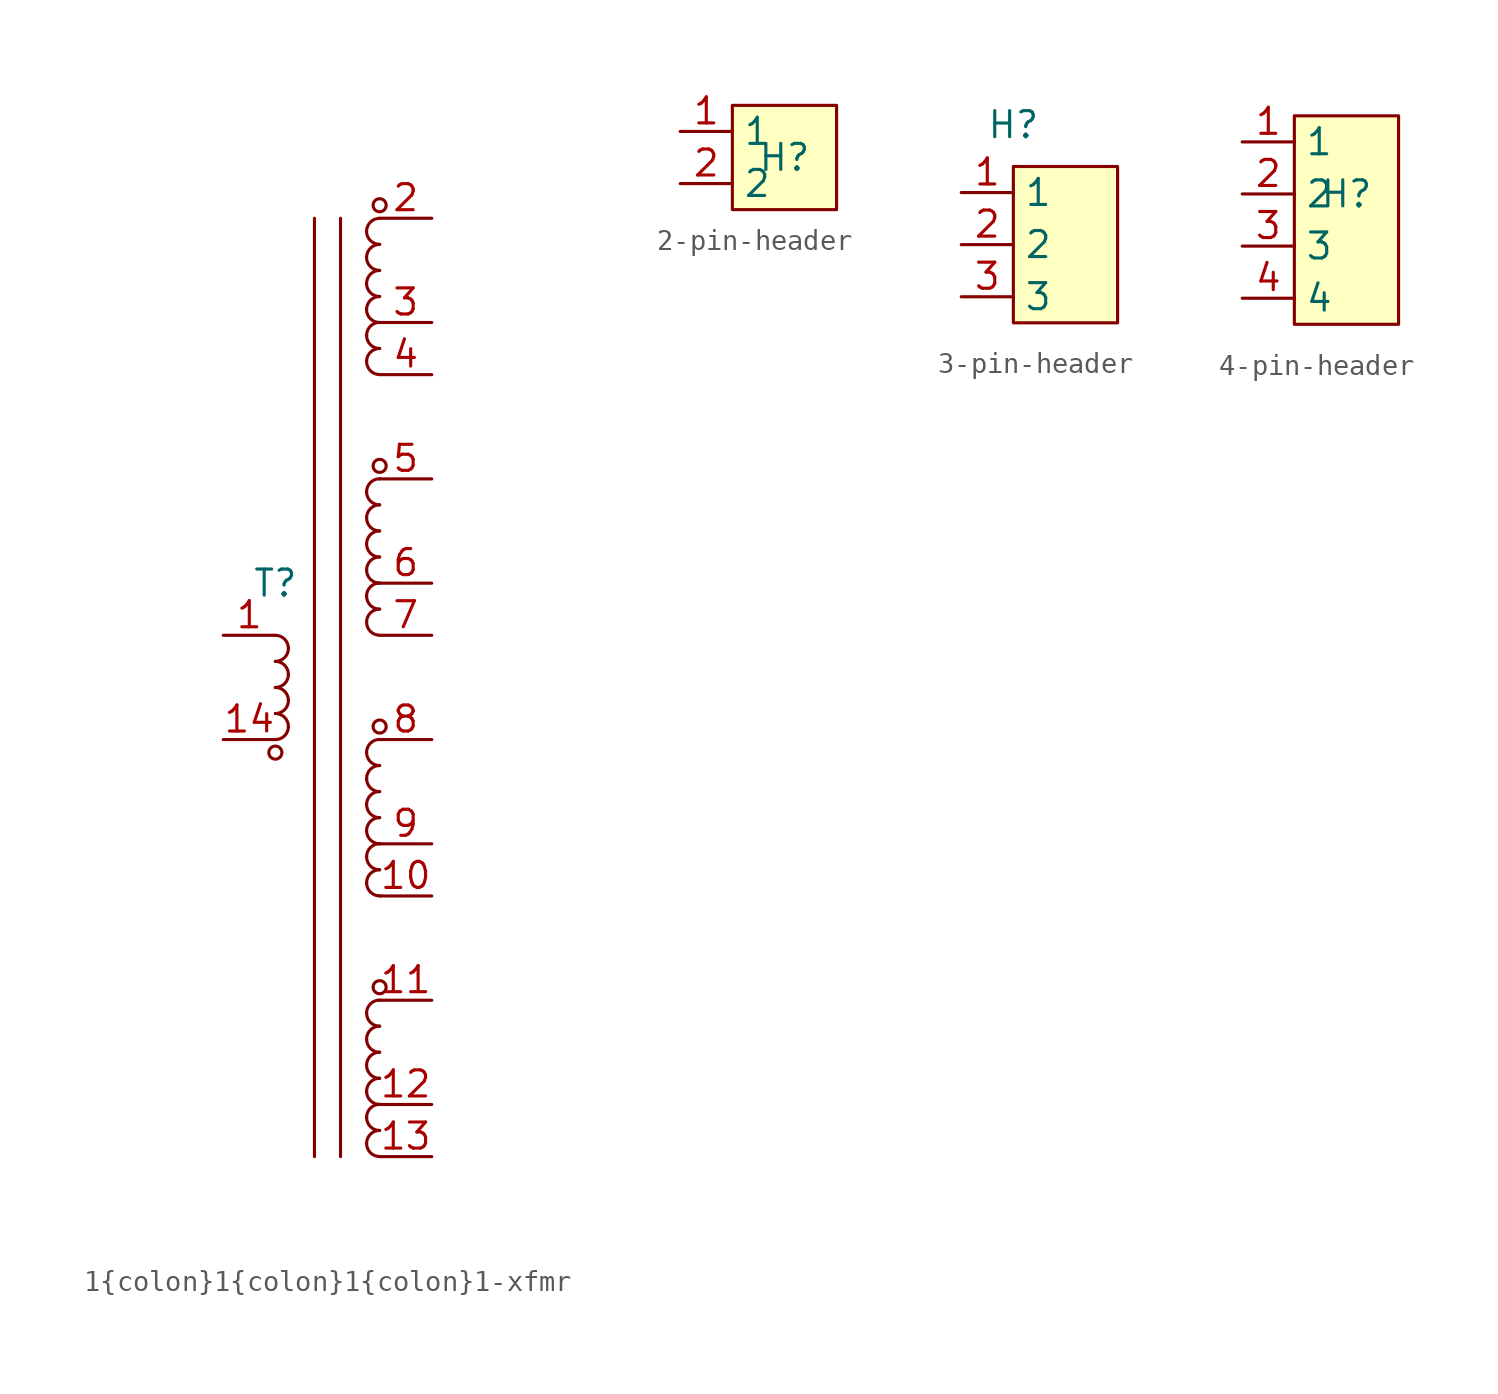
<source format=kicad_sym>
(kicad_symbol_lib
  (version 20241209)
  (generator "kicad_symbol_editor")
  (generator_version "9.0")
  (symbol "1{colon}1{colon}1{colon}1-xfmr"
    (property "Reference" "T"
      (at -2.54 5.08 0)
      (effects (font (size 1.27 1.27))))
    (property "Value" ""
      (at -3.81 5.08 0)
      (effects (font (size 1.27 1.27))))
    (symbol "1{colon}1{colon}1{colon}1-xfmr_0_1"
      (arc (start -2.54 2.54) (mid -2.091 2.354) (end -1.905 1.905) (stroke (width 0) (type default)) (fill (type none)))
      (arc (start -2.54 1.27) (mid -2.091 1.084) (end -1.905 0.635) (stroke (width 0) (type default)) (fill (type none)))
      (arc (start -2.54 0) (mid -2.091 -0.186) (end -1.905 -0.635) (stroke (width 0) (type default)) (fill (type none)))
      (arc (start -2.54 -1.27) (mid -2.091 -1.456) (end -1.905 -1.905) (stroke (width 0) (type default)) (fill (type none)))
      (circle (center -2.54 -3.175) (radius 0.318) (stroke (width 0) (type default)) (fill (type none)))
      (arc (start -1.905 1.905) (mid -2.09 1.455) (end -2.54 1.27) (stroke (width 0) (type default)) (fill (type none)))
      (arc (start -1.905 0.635) (mid -2.09 0.185) (end -2.54 0) (stroke (width 0) (type default)) (fill (type none)))
      (arc (start -1.905 -0.635) (mid -2.09 -1.085) (end -2.54 -1.27) (stroke (width 0) (type default)) (fill (type none)))
      (arc (start -1.905 -1.905) (mid -2.09 -2.355) (end -2.54 -2.54) (stroke (width 0) (type default)) (fill (type none)))
      (polyline (pts (xy -0.635 22.86) (xy -0.635 -22.86)) (stroke (width 0) (type default)) (fill (type none)))
      (polyline (pts (xy 0.635 -22.86) (xy 0.635 22.86)) (stroke (width 0) (type default)) (fill (type none)))
      (arc (start 1.905 17.15) (mid 2.0898 17.6002) (end 2.54 17.785) (stroke (width 0) (type default)) (fill (type none)))
      (arc (start 1.905 15.88) (mid 2.0898 16.3302) (end 2.54 16.515) (stroke (width 0) (type default)) (fill (type none)))
      (arc (start 1.905 9.53) (mid 2.0898 9.9802) (end 2.54 10.165) (stroke (width 0) (type default)) (fill (type none)))
      (arc (start 1.905 8.26) (mid 2.0898 8.7102) (end 2.54 8.895) (stroke (width 0) (type default)) (fill (type none)))
      (arc (start 1.905 6.99) (mid 2.0898 7.4402) (end 2.54 7.625) (stroke (width 0) (type default)) (fill (type none)))
      (arc (start 1.905 5.72) (mid 2.0898 6.1702) (end 2.54 6.355) (stroke (width 0) (type default)) (fill (type none)))
      (arc (start 1.905 4.45) (mid 2.0898 4.9002) (end 2.54 5.085) (stroke (width 0) (type default)) (fill (type none)))
      (arc (start 1.905 3.18) (mid 2.0898 3.6302) (end 2.54 3.815) (stroke (width 0) (type default)) (fill (type none)))
      (arc (start 1.905 -3.17) (mid 2.0898 -2.7198) (end 2.54 -2.535) (stroke (width 0) (type default)) (fill (type none)))
      (arc (start 1.905 -4.44) (mid 2.0898 -3.9898) (end 2.54 -3.805) (stroke (width 0) (type default)) (fill (type none)))
      (arc (start 1.905 -5.71) (mid 2.0898 -5.2598) (end 2.54 -5.075) (stroke (width 0) (type default)) (fill (type none)))
      (arc (start 1.905 -6.98) (mid 2.0898 -6.5298) (end 2.54 -6.345) (stroke (width 0) (type default)) (fill (type none)))
      (arc (start 1.905 -8.25) (mid 2.0898 -7.7998) (end 2.54 -7.615) (stroke (width 0) (type default)) (fill (type none)))
      (arc (start 1.905 -9.52) (mid 2.0898 -9.0698) (end 2.54 -8.885) (stroke (width 0) (type default)) (fill (type none)))
      (arc (start 1.905 -15.87) (mid 2.0898 -15.4198) (end 2.54 -15.235) (stroke (width 0) (type default)) (fill (type none)))
      (arc (start 1.905 -17.14) (mid 2.0898 -16.6898) (end 2.54 -16.505) (stroke (width 0) (type default)) (fill (type none)))
      (arc (start 1.905 -18.41) (mid 2.0898 -17.9598) (end 2.54 -17.775) (stroke (width 0) (type default)) (fill (type none)))
      (arc (start 1.905 -19.68) (mid 2.0898 -19.2298) (end 2.54 -19.045) (stroke (width 0) (type default)) (fill (type none)))
      (arc (start 1.905 -20.95) (mid 2.0898 -20.4998) (end 2.54 -20.315) (stroke (width 0) (type default)) (fill (type none)))
      (arc (start 1.905 -22.22) (mid 2.0898 -21.7698) (end 2.54 -21.585) (stroke (width 0) (type default)) (fill (type none)))
      (circle (center 2.54 23.495) (radius 0.318) (stroke (width 0) (type default)) (fill (type none)))
      (arc (start 1.905 22.225) (mid 2.091 22.674) (end 2.54 22.86) (stroke (width 0) (type default)) (fill (type none)))
      (arc (start 2.54 21.59) (mid 2.091 21.776) (end 1.905 22.225) (stroke (width 0) (type default)) (fill (type none)))
      (arc (start 1.905 20.955) (mid 2.091 21.404) (end 2.54 21.59) (stroke (width 0) (type default)) (fill (type none)))
      (arc (start 2.54 20.32) (mid 2.091 20.506) (end 1.905 20.955) (stroke (width 0) (type default)) (fill (type none)))
      (arc (start 1.905 19.685) (mid 2.091 20.134) (end 2.54 20.32) (stroke (width 0) (type default)) (fill (type none)))
      (arc (start 2.54 19.05) (mid 2.091 19.236) (end 1.905 19.685) (stroke (width 0) (type default)) (fill (type none)))
      (arc (start 1.905 18.415) (mid 2.091 18.864) (end 2.54 19.05) (stroke (width 0) (type default)) (fill (type none)))
      (arc (start 2.54 17.78) (mid 2.091 17.966) (end 1.905 18.415) (stroke (width 0) (type default)) (fill (type none)))
      (arc (start 2.54 16.515) (mid 2.091 16.701) (end 1.905 17.15) (stroke (width 0) (type default)) (fill (type none)))
      (arc (start 2.54 15.245) (mid 2.091 15.431) (end 1.905 15.88) (stroke (width 0) (type default)) (fill (type none)))
      (circle (center 2.54 10.795) (radius 0.318) (stroke (width 0) (type default)) (fill (type none)))
      (arc (start 2.54 8.895) (mid 2.091 9.081) (end 1.905 9.53) (stroke (width 0) (type default)) (fill (type none)))
      (arc (start 2.54 7.625) (mid 2.091 7.811) (end 1.905 8.26) (stroke (width 0) (type default)) (fill (type none)))
      (arc (start 2.54 6.355) (mid 2.091 6.541) (end 1.905 6.99) (stroke (width 0) (type default)) (fill (type none)))
      (arc (start 2.54 5.085) (mid 2.091 5.271) (end 1.905 5.72) (stroke (width 0) (type default)) (fill (type none)))
      (arc (start 2.54 3.815) (mid 2.091 4.001) (end 1.905 4.45) (stroke (width 0) (type default)) (fill (type none)))
      (arc (start 2.54 2.545) (mid 2.091 2.731) (end 1.905 3.18) (stroke (width 0) (type default)) (fill (type none)))
      (circle (center 2.54 -1.905) (radius 0.318) (stroke (width 0) (type default)) (fill (type none)))
      (arc (start 2.54 -3.805) (mid 2.091 -3.619) (end 1.905 -3.17) (stroke (width 0) (type default)) (fill (type none)))
      (arc (start 2.54 -5.075) (mid 2.091 -4.889) (end 1.905 -4.44) (stroke (width 0) (type default)) (fill (type none)))
      (arc (start 2.54 -6.345) (mid 2.091 -6.159) (end 1.905 -5.71) (stroke (width 0) (type default)) (fill (type none)))
      (arc (start 2.54 -7.615) (mid 2.091 -7.429) (end 1.905 -6.98) (stroke (width 0) (type default)) (fill (type none)))
      (arc (start 2.54 -8.885) (mid 2.091 -8.699) (end 1.905 -8.25) (stroke (width 0) (type default)) (fill (type none)))
      (arc (start 2.54 -10.155) (mid 2.091 -9.969) (end 1.905 -9.52) (stroke (width 0) (type default)) (fill (type none)))
      (circle (center 2.54 -14.605) (radius 0.318) (stroke (width 0) (type default)) (fill (type none)))
      (arc (start 2.54 -16.505) (mid 2.091 -16.319) (end 1.905 -15.87) (stroke (width 0) (type default)) (fill (type none)))
      (arc (start 2.54 -17.775) (mid 2.091 -17.589) (end 1.905 -17.14) (stroke (width 0) (type default)) (fill (type none)))
      (arc (start 2.54 -19.045) (mid 2.091 -18.859) (end 1.905 -18.41) (stroke (width 0) (type default)) (fill (type none)))
      (arc (start 2.54 -20.315) (mid 2.091 -20.129) (end 1.905 -19.68) (stroke (width 0) (type default)) (fill (type none)))
      (arc (start 2.54 -21.585) (mid 2.091 -21.399) (end 1.905 -20.95) (stroke (width 0) (type default)) (fill (type none)))
      (arc (start 2.54 -22.855) (mid 2.091 -22.669) (end 1.905 -22.22) (stroke (width 0) (type default)) (fill (type none))))
    (symbol "1{colon}1{colon}1{colon}1-xfmr_1_1"
      (pin passive line (at -5.08 2.54 0) (length 2.54) (name "" (effects (font (size 1.27 1.27)))) (number "1" (effects (font (size 1.27 1.27)))))
      (pin passive line (at -5.08 -2.54 0) (length 2.54) (name "" (effects (font (size 1.27 1.27)))) (number "14" (effects (font (size 1.27 1.27)))))
      (pin passive line (at 5.08 22.86 180) (length 2.54) (name "" (effects (font (size 1.27 1.27)))) (number "2" (effects (font (size 1.27 1.27)))))
      (pin passive line (at 5.08 17.78 180) (length 2.54) (name "" (effects (font (size 1.27 1.27)))) (number "3" (effects (font (size 1.27 1.27)))))
      (pin passive line (at 5.08 15.24 180) (length 2.54) (name "" (effects (font (size 1.27 1.27)))) (number "4" (effects (font (size 1.27 1.27)))))
      (pin passive line (at 5.08 10.16 180) (length 2.54) (name "" (effects (font (size 1.27 1.27)))) (number "5" (effects (font (size 1.27 1.27)))))
      (pin passive line (at 5.08 5.08 180) (length 2.54) (name "" (effects (font (size 1.27 1.27)))) (number "6" (effects (font (size 1.27 1.27)))))
      (pin passive line (at 5.08 2.54 180) (length 2.54) (name "" (effects (font (size 1.27 1.27)))) (number "7" (effects (font (size 1.27 1.27)))))
      (pin passive line (at 5.08 -2.54 180) (length 2.54) (name "" (effects (font (size 1.27 1.27)))) (number "8" (effects (font (size 1.27 1.27)))))
      (pin passive line (at 5.08 -7.62 180) (length 2.54) (name "" (effects (font (size 1.27 1.27)))) (number "9" (effects (font (size 1.27 1.27)))))
      (pin passive line (at 5.08 -10.16 180) (length 2.54) (name "" (effects (font (size 1.27 1.27)))) (number "10" (effects (font (size 1.27 1.27)))))
      (pin passive line (at 5.08 -15.24 180) (length 2.54) (name "" (effects (font (size 1.27 1.27)))) (number "11" (effects (font (size 1.27 1.27)))))
      (pin passive line (at 5.08 -20.32 180) (length 2.54) (name "" (effects (font (size 1.27 1.27)))) (number "12" (effects (font (size 1.27 1.27)))))
      (pin passive line (at 5.08 -22.86 180) (length 2.54) (name "" (effects (font (size 1.27 1.27)))) (number "13" (effects (font (size 1.27 1.27)))))))
  (symbol "2-pin-header"
    (property "Reference" "H"
      (at 0 0 0)
      (effects (font (size 1.27 1.27))))
    (property "Value" ""
      (at 0 0 0)
      (effects (font (size 1.27 1.27))))
    (symbol "2-pin-header_1_1"
      (rectangle (start -2.54 2.54) (end 2.54 -2.54) (stroke (width 0) (type default)) (fill (type background)))
      (pin passive line (at -5.08 1.27 0) (length 2.54) (name "1" (effects (font (size 1.27 1.27)))) (number "1" (effects (font (size 1.27 1.27)))))
      (pin passive line (at -5.08 -1.27 0) (length 2.54) (name "2" (effects (font (size 1.27 1.27)))) (number "2" (effects (font (size 1.27 1.27)))))))
  (symbol "3-pin-header"
    (property "Reference" "H"
      (at 0 5.842 0)
      (effects (font (size 1.27 1.27))))
    (property "Value" ""
      (at 0 0 0)
      (effects (font (size 1.27 1.27))))
    (symbol "3-pin-header_1_1"
      (rectangle (start 0 3.81) (end 5.08 -3.81) (stroke (width 0) (type default)) (fill (type background)))
      (pin passive line (at -2.54 2.54 0) (length 2.54) (name "1" (effects (font (size 1.27 1.27)))) (number "1" (effects (font (size 1.27 1.27)))))
      (pin passive line (at -2.54 0 0) (length 2.54) (name "2" (effects (font (size 1.27 1.27)))) (number "2" (effects (font (size 1.27 1.27)))))
      (pin passive line (at -2.54 -2.54 0) (length 2.54) (name "3" (effects (font (size 1.27 1.27)))) (number "3" (effects (font (size 1.27 1.27)))))))
  (symbol "4-pin-header"
    (property "Reference" "H"
      (at 0 1.27 0)
      (effects (font (size 1.27 1.27))))
    (property "Value" ""
      (at 0 1.27 0)
      (effects (font (size 1.27 1.27))))
    (symbol "4-pin-header_1_1"
      (rectangle (start -2.54 5.08) (end 2.54 -5.08) (stroke (width 0) (type default)) (fill (type background)))
      (pin passive line (at -5.08 3.81 0) (length 2.54) (name "1" (effects (font (size 1.27 1.27)))) (number "1" (effects (font (size 1.27 1.27)))))
      (pin passive line (at -5.08 1.27 0) (length 2.54) (name "2" (effects (font (size 1.27 1.27)))) (number "2" (effects (font (size 1.27 1.27)))))
      (pin passive line (at -5.08 -1.27 0) (length 2.54) (name "3" (effects (font (size 1.27 1.27)))) (number "3" (effects (font (size 1.27 1.27)))))
      (pin passive line (at -5.08 -3.81 0) (length 2.54) (name "4" (effects (font (size 1.27 1.27)))) (number "4" (effects (font (size 1.27 1.27))))))))
</source>
